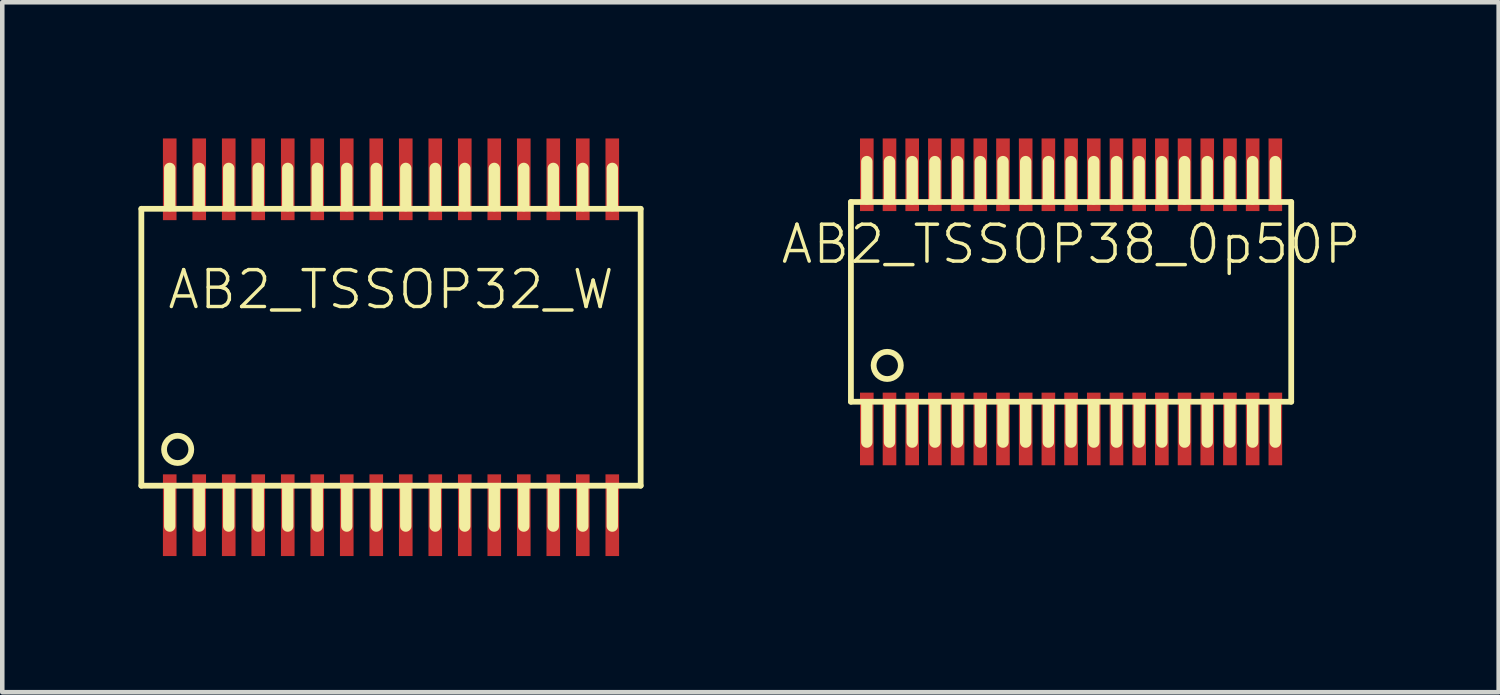
<source format=kicad_pcb>
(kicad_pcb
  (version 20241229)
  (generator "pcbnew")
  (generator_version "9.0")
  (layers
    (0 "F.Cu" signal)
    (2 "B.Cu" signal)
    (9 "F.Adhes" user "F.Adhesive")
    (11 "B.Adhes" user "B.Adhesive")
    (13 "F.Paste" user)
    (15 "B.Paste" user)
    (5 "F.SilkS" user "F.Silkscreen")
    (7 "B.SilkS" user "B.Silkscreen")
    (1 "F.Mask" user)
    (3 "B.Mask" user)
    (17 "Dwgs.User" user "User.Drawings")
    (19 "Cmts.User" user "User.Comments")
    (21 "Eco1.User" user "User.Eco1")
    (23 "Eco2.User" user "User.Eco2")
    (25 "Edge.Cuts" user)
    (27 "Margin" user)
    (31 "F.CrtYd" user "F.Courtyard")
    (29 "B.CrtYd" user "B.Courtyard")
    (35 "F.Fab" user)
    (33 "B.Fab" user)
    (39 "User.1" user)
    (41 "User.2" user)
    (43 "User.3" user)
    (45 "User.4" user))
  (footprint "AB2_TSSOP32_W"
    (layer "F.Cu")
    (at 5.564 4.6)
    (property "Reference" "AB2_TSSOP32_W" (at 0 -1.27 0) (layer "F.SilkS") (effects (font (size 0.813 0.813) (thickness 0.076))))
    (attr through_hole)
    (fp_line (start -5.5 -3.05) (end 5.5 -3.05) (stroke (width 0.127) (type solid)) (layer "F.SilkS"))
    (fp_line (start -5.5 3.05) (end -5.5 -3.05) (stroke (width 0.127) (type solid)) (layer "F.SilkS"))
    (fp_line (start -4.875 -3.12) (end -4.875 -3.94) (stroke (width 0.25) (type solid)) (layer "F.SilkS"))
    (fp_line (start -4.875 3.12) (end -4.875 3.94) (stroke (width 0.25) (type solid)) (layer "F.SilkS"))
    (fp_line (start -4.225 -3.12) (end -4.225 -3.94) (stroke (width 0.25) (type solid)) (layer "F.SilkS"))
    (fp_line (start -4.225 3.12) (end -4.225 3.94) (stroke (width 0.25) (type solid)) (layer "F.SilkS"))
    (fp_line (start -3.575 -3.12) (end -3.575 -3.94) (stroke (width 0.25) (type solid)) (layer "F.SilkS"))
    (fp_line (start -3.575 3.12) (end -3.575 3.94) (stroke (width 0.25) (type solid)) (layer "F.SilkS"))
    (fp_line (start -2.925 -3.12) (end -2.925 -3.94) (stroke (width 0.25) (type solid)) (layer "F.SilkS"))
    (fp_line (start -2.925 3.12) (end -2.925 3.94) (stroke (width 0.25) (type solid)) (layer "F.SilkS"))
    (fp_line (start -2.275 -3.12) (end -2.275 -3.94) (stroke (width 0.25) (type solid)) (layer "F.SilkS"))
    (fp_line (start -2.275 3.12) (end -2.275 3.94) (stroke (width 0.25) (type solid)) (layer "F.SilkS"))
    (fp_line (start -1.625 -3.12) (end -1.625 -3.94) (stroke (width 0.25) (type solid)) (layer "F.SilkS"))
    (fp_line (start -1.625 3.12) (end -1.625 3.94) (stroke (width 0.25) (type solid)) (layer "F.SilkS"))
    (fp_line (start -0.975 -3.12) (end -0.975 -3.94) (stroke (width 0.25) (type solid)) (layer "F.SilkS"))
    (fp_line (start -0.975 3.12) (end -0.975 3.94) (stroke (width 0.25) (type solid)) (layer "F.SilkS"))
    (fp_line (start -0.325 -3.12) (end -0.325 -3.94) (stroke (width 0.25) (type solid)) (layer "F.SilkS"))
    (fp_line (start -0.325 3.12) (end -0.325 3.94) (stroke (width 0.25) (type solid)) (layer "F.SilkS"))
    (fp_line (start 0.325 -3.12) (end 0.325 -3.94) (stroke (width 0.25) (type solid)) (layer "F.SilkS"))
    (fp_line (start 0.325 3.12) (end 0.325 3.94) (stroke (width 0.25) (type solid)) (layer "F.SilkS"))
    (fp_line (start 0.975 -3.12) (end 0.975 -3.94) (stroke (width 0.25) (type solid)) (layer "F.SilkS"))
    (fp_line (start 0.975 3.12) (end 0.975 3.94) (stroke (width 0.25) (type solid)) (layer "F.SilkS"))
    (fp_line (start 1.625 -3.12) (end 1.625 -3.94) (stroke (width 0.25) (type solid)) (layer "F.SilkS"))
    (fp_line (start 1.625 3.12) (end 1.625 3.94) (stroke (width 0.25) (type solid)) (layer "F.SilkS"))
    (fp_line (start 2.275 -3.12) (end 2.275 -3.94) (stroke (width 0.25) (type solid)) (layer "F.SilkS"))
    (fp_line (start 2.275 3.12) (end 2.275 3.94) (stroke (width 0.25) (type solid)) (layer "F.SilkS"))
    (fp_line (start 2.925 -3.12) (end 2.925 -3.94) (stroke (width 0.25) (type solid)) (layer "F.SilkS"))
    (fp_line (start 2.925 3.12) (end 2.925 3.94) (stroke (width 0.25) (type solid)) (layer "F.SilkS"))
    (fp_line (start 3.575 -3.12) (end 3.575 -3.94) (stroke (width 0.25) (type solid)) (layer "F.SilkS"))
    (fp_line (start 3.575 3.12) (end 3.575 3.94) (stroke (width 0.25) (type solid)) (layer "F.SilkS"))
    (fp_line (start 4.225 -3.12) (end 4.225 -3.94) (stroke (width 0.25) (type solid)) (layer "F.SilkS"))
    (fp_line (start 4.225 3.12) (end 4.225 3.94) (stroke (width 0.25) (type solid)) (layer "F.SilkS"))
    (fp_line (start 4.875 -3.12) (end 4.875 -3.94) (stroke (width 0.25) (type solid)) (layer "F.SilkS"))
    (fp_line (start 4.875 3.12) (end 4.875 3.94) (stroke (width 0.25) (type solid)) (layer "F.SilkS"))
    (fp_line (start 5.5 -3.05) (end 5.5 3.05) (stroke (width 0.127) (type solid)) (layer "F.SilkS"))
    (fp_line (start 5.5 3.05) (end -5.5 3.05) (stroke (width 0.127) (type solid)) (layer "F.SilkS"))
    (fp_circle (center -4.7 2.25) (end -4.7 1.95) (stroke (width 0.127) (type solid)) (fill no) (layer "F.SilkS"))
    (pad "1" smd rect (at -4.875 3.7) (size 0.3 1.8) (layers "F.Cu" "F.Mask" "F.Paste"))
    (pad "2" smd rect (at -4.225 3.7) (size 0.3 1.8) (layers "F.Cu" "F.Mask" "F.Paste"))
    (pad "3" smd rect (at -3.575 3.7) (size 0.3 1.8) (layers "F.Cu" "F.Mask" "F.Paste"))
    (pad "4" smd rect (at -2.925 3.7) (size 0.3 1.8) (layers "F.Cu" "F.Mask" "F.Paste"))
    (pad "5" smd rect (at -2.275 3.7) (size 0.3 1.8) (layers "F.Cu" "F.Mask" "F.Paste"))
    (pad "6" smd rect (at -1.625 3.7) (size 0.3 1.8) (layers "F.Cu" "F.Mask" "F.Paste"))
    (pad "7" smd rect (at -0.975 3.7) (size 0.3 1.8) (layers "F.Cu" "F.Mask" "F.Paste"))
    (pad "8" smd rect (at -0.325 3.7) (size 0.3 1.8) (layers "F.Cu" "F.Mask" "F.Paste"))
    (pad "9" smd rect (at 0.325 3.7) (size 0.3 1.8) (layers "F.Cu" "F.Mask" "F.Paste"))
    (pad "10" smd rect (at 0.975 3.7) (size 0.3 1.8) (layers "F.Cu" "F.Mask" "F.Paste"))
    (pad "11" smd rect (at 1.625 3.7) (size 0.3 1.8) (layers "F.Cu" "F.Mask" "F.Paste"))
    (pad "12" smd rect (at 2.275 3.7) (size 0.3 1.8) (layers "F.Cu" "F.Mask" "F.Paste"))
    (pad "13" smd rect (at 2.925 3.7) (size 0.3 1.8) (layers "F.Cu" "F.Mask" "F.Paste"))
    (pad "14" smd rect (at 3.575 3.7) (size 0.3 1.8) (layers "F.Cu" "F.Mask" "F.Paste"))
    (pad "15" smd rect (at 4.225 3.7) (size 0.3 1.8) (layers "F.Cu" "F.Mask" "F.Paste"))
    (pad "16" smd rect (at 4.875 3.7) (size 0.3 1.8) (layers "F.Cu" "F.Mask" "F.Paste"))
    (pad "17" smd rect (at 4.875 -3.7) (size 0.3 1.8) (layers "F.Cu" "F.Mask" "F.Paste"))
    (pad "18" smd rect (at 4.225 -3.7) (size 0.3 1.8) (layers "F.Cu" "F.Mask" "F.Paste"))
    (pad "19" smd rect (at 3.575 -3.7) (size 0.3 1.8) (layers "F.Cu" "F.Mask" "F.Paste"))
    (pad "20" smd rect (at 2.925 -3.7) (size 0.3 1.8) (layers "F.Cu" "F.Mask" "F.Paste"))
    (pad "21" smd rect (at 2.275 -3.7) (size 0.3 1.8) (layers "F.Cu" "F.Mask" "F.Paste"))
    (pad "22" smd rect (at 1.625 -3.7) (size 0.3 1.8) (layers "F.Cu" "F.Mask" "F.Paste"))
    (pad "23" smd rect (at 0.975 -3.7) (size 0.3 1.8) (layers "F.Cu" "F.Mask" "F.Paste"))
    (pad "24" smd rect (at 0.325 -3.7) (size 0.3 1.8) (layers "F.Cu" "F.Mask" "F.Paste"))
    (pad "25" smd rect (at -0.325 -3.7) (size 0.3 1.8) (layers "F.Cu" "F.Mask" "F.Paste"))
    (pad "26" smd rect (at -0.975 -3.7) (size 0.3 1.8) (layers "F.Cu" "F.Mask" "F.Paste"))
    (pad "27" smd rect (at -1.625 -3.7) (size 0.3 1.8) (layers "F.Cu" "F.Mask" "F.Paste"))
    (pad "28" smd rect (at -2.275 -3.7) (size 0.3 1.8) (layers "F.Cu" "F.Mask" "F.Paste"))
    (pad "29" smd rect (at -2.925 -3.7) (size 0.3 1.8) (layers "F.Cu" "F.Mask" "F.Paste"))
    (pad "30" smd rect (at -3.575 -3.7) (size 0.3 1.8) (layers "F.Cu" "F.Mask" "F.Paste"))
    (pad "31" smd rect (at -4.225 -3.7) (size 0.3 1.8) (layers "F.Cu" "F.Mask" "F.Paste"))
    (pad "32" smd rect (at -4.875 -3.7) (size 0.3 1.8) (layers "F.Cu" "F.Mask" "F.Paste")))
  (footprint "AB2_TSSOP38_0p50P"
    (layer "F.Cu")
    (at 20.546 3.6)
    (property "Reference" "AB2_TSSOP38_0p50P" (at 0 -1.27 0) (layer "F.SilkS") (effects (font (size 0.813 0.813) (thickness 0.076))))
    (attr through_hole)
    (fp_line (start -4.85 -2.2) (end 4.85 -2.2) (stroke (width 0.127) (type solid)) (layer "F.SilkS"))
    (fp_line (start -4.85 2.2) (end -4.85 -2.2) (stroke (width 0.127) (type solid)) (layer "F.SilkS"))
    (fp_line (start -4.5 -2.27) (end -4.5 -3.09) (stroke (width 0.25) (type solid)) (layer "F.SilkS"))
    (fp_line (start -4.5 2.27) (end -4.5 3.09) (stroke (width 0.25) (type solid)) (layer "F.SilkS"))
    (fp_line (start -4 -2.27) (end -4 -3.09) (stroke (width 0.25) (type solid)) (layer "F.SilkS"))
    (fp_line (start -4 2.27) (end -4 3.09) (stroke (width 0.25) (type solid)) (layer "F.SilkS"))
    (fp_line (start -3.5 -2.27) (end -3.5 -3.09) (stroke (width 0.25) (type solid)) (layer "F.SilkS"))
    (fp_line (start -3.5 2.27) (end -3.5 3.09) (stroke (width 0.25) (type solid)) (layer "F.SilkS"))
    (fp_line (start -3 -2.27) (end -3 -3.09) (stroke (width 0.25) (type solid)) (layer "F.SilkS"))
    (fp_line (start -3 2.27) (end -3 3.09) (stroke (width 0.25) (type solid)) (layer "F.SilkS"))
    (fp_line (start -2.5 -2.27) (end -2.5 -3.09) (stroke (width 0.25) (type solid)) (layer "F.SilkS"))
    (fp_line (start -2.5 2.27) (end -2.5 3.09) (stroke (width 0.25) (type solid)) (layer "F.SilkS"))
    (fp_line (start -2 -2.27) (end -2 -3.09) (stroke (width 0.25) (type solid)) (layer "F.SilkS"))
    (fp_line (start -2 2.27) (end -2 3.09) (stroke (width 0.25) (type solid)) (layer "F.SilkS"))
    (fp_line (start -1.5 -2.27) (end -1.5 -3.09) (stroke (width 0.25) (type solid)) (layer "F.SilkS"))
    (fp_line (start -1.5 2.27) (end -1.5 3.09) (stroke (width 0.25) (type solid)) (layer "F.SilkS"))
    (fp_line (start -1 -2.27) (end -1 -3.09) (stroke (width 0.25) (type solid)) (layer "F.SilkS"))
    (fp_line (start -1 2.27) (end -1 3.09) (stroke (width 0.25) (type solid)) (layer "F.SilkS"))
    (fp_line (start -0.5 -2.27) (end -0.5 -3.09) (stroke (width 0.25) (type solid)) (layer "F.SilkS"))
    (fp_line (start -0.5 2.27) (end -0.5 3.09) (stroke (width 0.25) (type solid)) (layer "F.SilkS"))
    (fp_line (start 0 -2.27) (end 0 -3.09) (stroke (width 0.25) (type solid)) (layer "F.SilkS"))
    (fp_line (start 0 2.27) (end 0 3.09) (stroke (width 0.25) (type solid)) (layer "F.SilkS"))
    (fp_line (start 0.5 -2.27) (end 0.5 -3.09) (stroke (width 0.25) (type solid)) (layer "F.SilkS"))
    (fp_line (start 0.5 2.27) (end 0.5 3.09) (stroke (width 0.25) (type solid)) (layer "F.SilkS"))
    (fp_line (start 1 -2.27) (end 1 -3.09) (stroke (width 0.25) (type solid)) (layer "F.SilkS"))
    (fp_line (start 1 2.27) (end 1 3.09) (stroke (width 0.25) (type solid)) (layer "F.SilkS"))
    (fp_line (start 1.5 -2.27) (end 1.5 -3.09) (stroke (width 0.25) (type solid)) (layer "F.SilkS"))
    (fp_line (start 1.5 2.27) (end 1.5 3.09) (stroke (width 0.25) (type solid)) (layer "F.SilkS"))
    (fp_line (start 2 -2.27) (end 2 -3.09) (stroke (width 0.25) (type solid)) (layer "F.SilkS"))
    (fp_line (start 2 2.27) (end 2 3.09) (stroke (width 0.25) (type solid)) (layer "F.SilkS"))
    (fp_line (start 2.5 -2.27) (end 2.5 -3.09) (stroke (width 0.25) (type solid)) (layer "F.SilkS"))
    (fp_line (start 2.5 2.27) (end 2.5 3.09) (stroke (width 0.25) (type solid)) (layer "F.SilkS"))
    (fp_line (start 3 -2.27) (end 3 -3.09) (stroke (width 0.25) (type solid)) (layer "F.SilkS"))
    (fp_line (start 3 2.27) (end 3 3.09) (stroke (width 0.25) (type solid)) (layer "F.SilkS"))
    (fp_line (start 3.5 -2.27) (end 3.5 -3.09) (stroke (width 0.25) (type solid)) (layer "F.SilkS"))
    (fp_line (start 3.5 2.27) (end 3.5 3.09) (stroke (width 0.25) (type solid)) (layer "F.SilkS"))
    (fp_line (start 4 -2.27) (end 4 -3.09) (stroke (width 0.25) (type solid)) (layer "F.SilkS"))
    (fp_line (start 4 2.27) (end 4 3.09) (stroke (width 0.25) (type solid)) (layer "F.SilkS"))
    (fp_line (start 4.5 -2.27) (end 4.5 -3.09) (stroke (width 0.25) (type solid)) (layer "F.SilkS"))
    (fp_line (start 4.5 2.27) (end 4.5 3.09) (stroke (width 0.25) (type solid)) (layer "F.SilkS"))
    (fp_line (start 4.85 -2.2) (end 4.85 2.2) (stroke (width 0.127) (type solid)) (layer "F.SilkS"))
    (fp_line (start 4.85 2.2) (end -4.85 2.2) (stroke (width 0.127) (type solid)) (layer "F.SilkS"))
    (fp_circle (center -4.05 1.4) (end -4.05 1.1) (stroke (width 0.127) (type solid)) (fill no) (layer "F.SilkS"))
    (pad "1" smd rect (at -4.5 2.8) (size 0.3 1.6) (layers "F.Cu" "F.Mask" "F.Paste"))
    (pad "2" smd rect (at -4 2.8) (size 0.3 1.6) (layers "F.Cu" "F.Mask" "F.Paste"))
    (pad "3" smd rect (at -3.5 2.8) (size 0.3 1.6) (layers "F.Cu" "F.Mask" "F.Paste"))
    (pad "4" smd rect (at -3 2.8) (size 0.3 1.6) (layers "F.Cu" "F.Mask" "F.Paste"))
    (pad "5" smd rect (at -2.5 2.8) (size 0.3 1.6) (layers "F.Cu" "F.Mask" "F.Paste"))
    (pad "6" smd rect (at -2 2.8) (size 0.3 1.6) (layers "F.Cu" "F.Mask" "F.Paste"))
    (pad "7" smd rect (at -1.5 2.8) (size 0.3 1.6) (layers "F.Cu" "F.Mask" "F.Paste"))
    (pad "8" smd rect (at -1 2.8) (size 0.3 1.6) (layers "F.Cu" "F.Mask" "F.Paste"))
    (pad "9" smd rect (at -0.5 2.8) (size 0.3 1.6) (layers "F.Cu" "F.Mask" "F.Paste"))
    (pad "10" smd rect (at 0 2.8) (size 0.3 1.6) (layers "F.Cu" "F.Mask" "F.Paste"))
    (pad "11" smd rect (at 0.5 2.8) (size 0.3 1.6) (layers "F.Cu" "F.Mask" "F.Paste"))
    (pad "12" smd rect (at 1 2.8) (size 0.3 1.6) (layers "F.Cu" "F.Mask" "F.Paste"))
    (pad "13" smd rect (at 1.5 2.8) (size 0.3 1.6) (layers "F.Cu" "F.Mask" "F.Paste"))
    (pad "14" smd rect (at 2 2.8) (size 0.3 1.6) (layers "F.Cu" "F.Mask" "F.Paste"))
    (pad "15" smd rect (at 2.5 2.8) (size 0.3 1.6) (layers "F.Cu" "F.Mask" "F.Paste"))
    (pad "16" smd rect (at 3 2.8) (size 0.3 1.6) (layers "F.Cu" "F.Mask" "F.Paste"))
    (pad "17" smd rect (at 3.5 2.8) (size 0.3 1.6) (layers "F.Cu" "F.Mask" "F.Paste"))
    (pad "18" smd rect (at 4 2.8) (size 0.3 1.6) (layers "F.Cu" "F.Mask" "F.Paste"))
    (pad "19" smd rect (at 4.5 2.8) (size 0.3 1.6) (layers "F.Cu" "F.Mask" "F.Paste"))
    (pad "20" smd rect (at 4.5 -2.8) (size 0.3 1.6) (layers "F.Cu" "F.Mask" "F.Paste"))
    (pad "21" smd rect (at 4 -2.8) (size 0.3 1.6) (layers "F.Cu" "F.Mask" "F.Paste"))
    (pad "22" smd rect (at 3.5 -2.8) (size 0.3 1.6) (layers "F.Cu" "F.Mask" "F.Paste"))
    (pad "23" smd rect (at 3 -2.8) (size 0.3 1.6) (layers "F.Cu" "F.Mask" "F.Paste"))
    (pad "24" smd rect (at 2.5 -2.8) (size 0.3 1.6) (layers "F.Cu" "F.Mask" "F.Paste"))
    (pad "25" smd rect (at 2 -2.8) (size 0.3 1.6) (layers "F.Cu" "F.Mask" "F.Paste"))
    (pad "26" smd rect (at 1.5 -2.8) (size 0.3 1.6) (layers "F.Cu" "F.Mask" "F.Paste"))
    (pad "27" smd rect (at 1 -2.8) (size 0.3 1.6) (layers "F.Cu" "F.Mask" "F.Paste"))
    (pad "28" smd rect (at 0.5 -2.8) (size 0.3 1.6) (layers "F.Cu" "F.Mask" "F.Paste"))
    (pad "29" smd rect (at 0 -2.8) (size 0.3 1.6) (layers "F.Cu" "F.Mask" "F.Paste"))
    (pad "30" smd rect (at -0.5 -2.8) (size 0.3 1.6) (layers "F.Cu" "F.Mask" "F.Paste"))
    (pad "31" smd rect (at -1 -2.8) (size 0.3 1.6) (layers "F.Cu" "F.Mask" "F.Paste"))
    (pad "32" smd rect (at -1.5 -2.8) (size 0.3 1.6) (layers "F.Cu" "F.Mask" "F.Paste"))
    (pad "33" smd rect (at -2 -2.8) (size 0.3 1.6) (layers "F.Cu" "F.Mask" "F.Paste"))
    (pad "34" smd rect (at -2.5 -2.8) (size 0.3 1.6) (layers "F.Cu" "F.Mask" "F.Paste"))
    (pad "35" smd rect (at -3 -2.8) (size 0.3 1.6) (layers "F.Cu" "F.Mask" "F.Paste"))
    (pad "36" smd rect (at -3.5 -2.8) (size 0.3 1.6) (layers "F.Cu" "F.Mask" "F.Paste"))
    (pad "37" smd rect (at -4 -2.8) (size 0.3 1.6) (layers "F.Cu" "F.Mask" "F.Paste"))
    (pad "38" smd rect (at -4.5 -2.8) (size 0.3 1.6) (layers "F.Cu" "F.Mask" "F.Paste")))
  (gr_rect
    (start -3 -3)
    (end 29.966 12.2)
    (stroke (width 0.1) (type default))
    (fill no)
    (layer "Edge.Cuts")))
</source>
